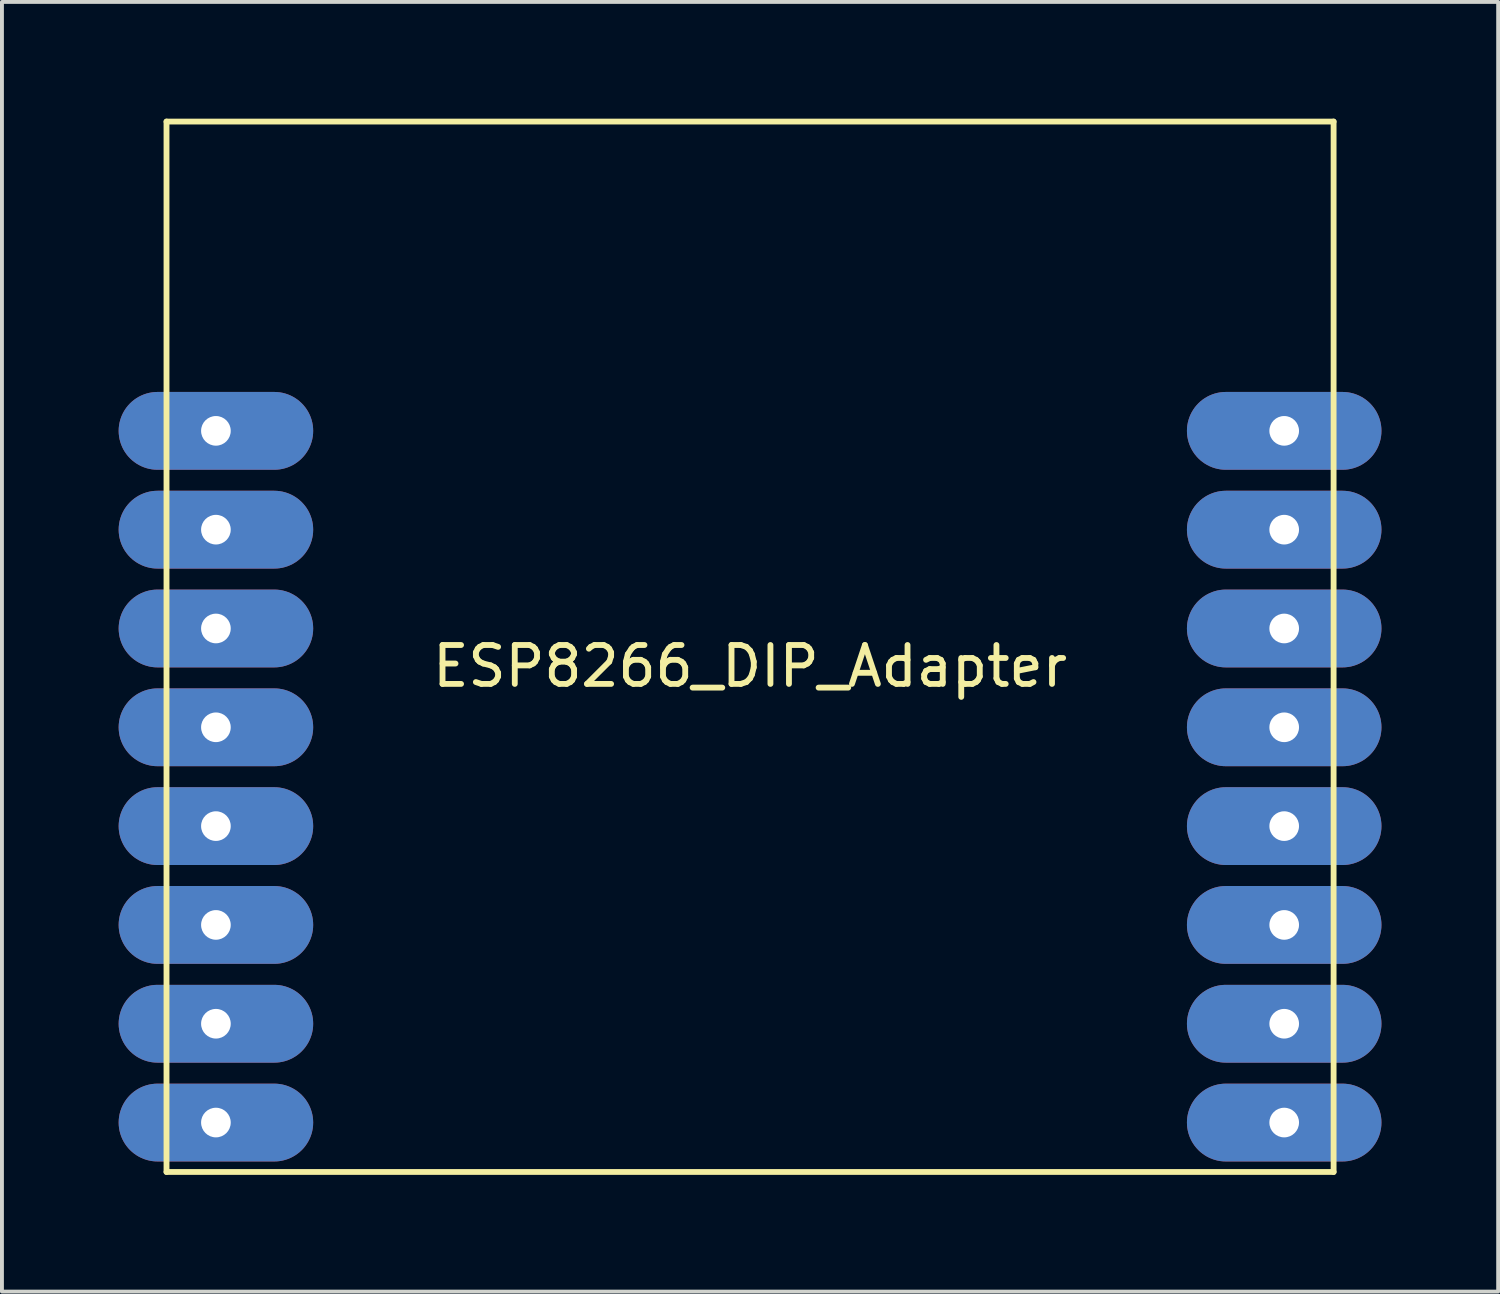
<source format=kicad_pcb>
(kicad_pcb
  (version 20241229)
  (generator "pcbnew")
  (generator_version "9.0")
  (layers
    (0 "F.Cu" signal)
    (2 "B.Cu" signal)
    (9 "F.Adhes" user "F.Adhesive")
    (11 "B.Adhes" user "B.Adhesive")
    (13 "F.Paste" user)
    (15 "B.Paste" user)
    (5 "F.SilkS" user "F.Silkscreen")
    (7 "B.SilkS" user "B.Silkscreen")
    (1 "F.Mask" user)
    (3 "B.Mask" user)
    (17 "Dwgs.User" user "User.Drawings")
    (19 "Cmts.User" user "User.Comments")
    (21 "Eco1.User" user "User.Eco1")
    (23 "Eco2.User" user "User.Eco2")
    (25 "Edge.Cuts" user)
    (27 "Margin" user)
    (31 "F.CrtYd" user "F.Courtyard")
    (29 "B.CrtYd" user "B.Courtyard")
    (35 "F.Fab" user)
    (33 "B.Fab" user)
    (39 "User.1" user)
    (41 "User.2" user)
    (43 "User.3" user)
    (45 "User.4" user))
  (footprint "ESP8266_DIP_Adapter"
    (layer "F.Cu")
    (at 16.23 13.575)
    (property "Reference" "ESP8266_DIP_Adapter" (at 0 0.5 0) (layer "F.SilkS") (effects (font (size 1 1) (thickness 0.15))))
    (attr through_hole)
    (fp_line (start -15 -13.5) (end -15 13.5) (stroke (width 0.15) (type solid)) (layer "F.SilkS"))
    (fp_line (start -15 13.5) (end 15 13.5) (stroke (width 0.15) (type solid)) (layer "F.SilkS"))
    (fp_line (start 15 -13.5) (end -15 -13.5) (stroke (width 0.15) (type solid)) (layer "F.SilkS"))
    (fp_line (start 15 13.5) (end 15 -13.5) (stroke (width 0.15) (type solid)) (layer "F.SilkS"))
    (pad "1" thru_hole oval (at -13.73 -5.55) (size 5 2) (drill 0.762) (layers "*.Cu" "*.Mask"))
    (pad "2" thru_hole oval (at -13.73 -3.01) (size 5 2) (drill 0.762) (layers "*.Cu" "*.Mask"))
    (pad "3" thru_hole oval (at -13.73 -0.47) (size 5 2) (drill 0.762) (layers "*.Cu" "*.Mask"))
    (pad "4" thru_hole oval (at -13.73 2.07) (size 5 2) (drill 0.762) (layers "*.Cu" "*.Mask"))
    (pad "5" thru_hole oval (at -13.73 4.61) (size 5 2) (drill 0.762) (layers "*.Cu" "*.Mask"))
    (pad "6" thru_hole oval (at -13.73 7.15) (size 5 2) (drill 0.762) (layers "*.Cu" "*.Mask"))
    (pad "7" thru_hole oval (at -13.73 9.69) (size 5 2) (drill 0.762) (layers "*.Cu" "*.Mask"))
    (pad "8" thru_hole oval (at -13.73 12.23) (size 5 2) (drill 0.762) (layers "*.Cu" "*.Mask"))
    (pad "15" thru_hole oval (at 13.73 12.23) (size 5 2) (drill 0.762) (layers "*.Cu" "*.Mask"))
    (pad "16" thru_hole oval (at 13.73 9.69) (size 5 2) (drill 0.762) (layers "*.Cu" "*.Mask"))
    (pad "17" thru_hole oval (at 13.73 7.15) (size 5 2) (drill 0.762) (layers "*.Cu" "*.Mask"))
    (pad "18" thru_hole oval (at 13.73 4.61) (size 5 2) (drill 0.762) (layers "*.Cu" "*.Mask"))
    (pad "19" thru_hole oval (at 13.73 2.07) (size 5 2) (drill 0.762) (layers "*.Cu" "*.Mask"))
    (pad "20" thru_hole oval (at 13.73 -0.47) (size 5 2) (drill 0.762) (layers "*.Cu" "*.Mask"))
    (pad "21" thru_hole oval (at 13.73 -3.01) (size 5 2) (drill 0.762) (layers "*.Cu" "*.Mask"))
    (pad "22" thru_hole oval (at 13.73 -5.55) (size 5 2) (drill 0.762) (layers "*.Cu" "*.Mask")))
  (gr_rect
    (start -3 -3)
    (end 35.46 30.15)
    (stroke (width 0.1) (type default))
    (fill no)
    (layer "Edge.Cuts")))
</source>
